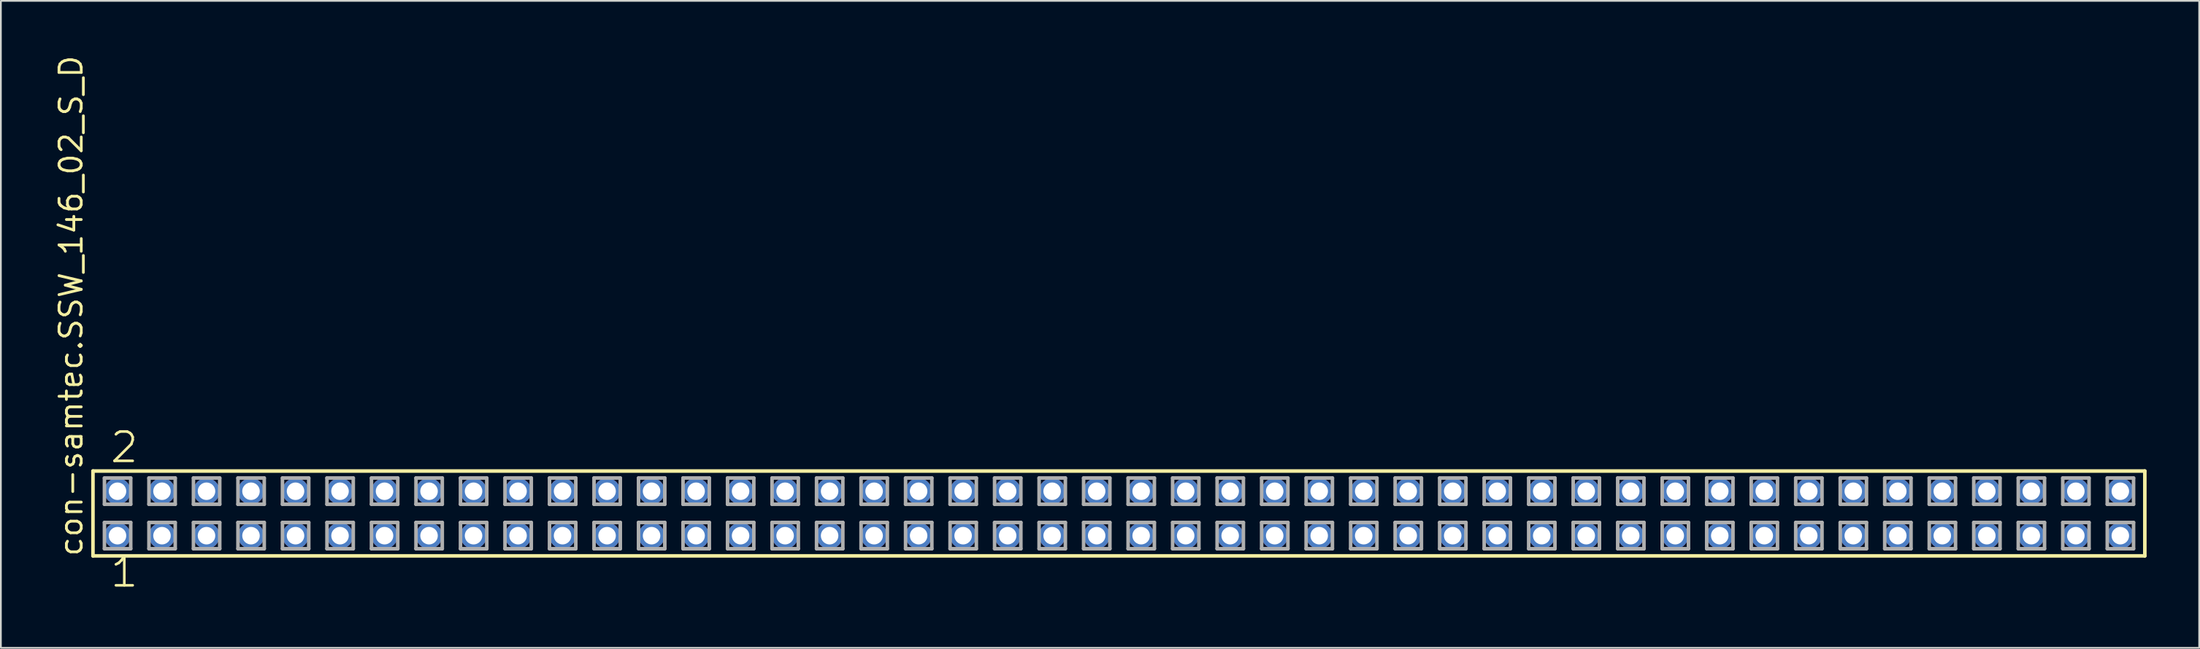
<source format=kicad_pcb>
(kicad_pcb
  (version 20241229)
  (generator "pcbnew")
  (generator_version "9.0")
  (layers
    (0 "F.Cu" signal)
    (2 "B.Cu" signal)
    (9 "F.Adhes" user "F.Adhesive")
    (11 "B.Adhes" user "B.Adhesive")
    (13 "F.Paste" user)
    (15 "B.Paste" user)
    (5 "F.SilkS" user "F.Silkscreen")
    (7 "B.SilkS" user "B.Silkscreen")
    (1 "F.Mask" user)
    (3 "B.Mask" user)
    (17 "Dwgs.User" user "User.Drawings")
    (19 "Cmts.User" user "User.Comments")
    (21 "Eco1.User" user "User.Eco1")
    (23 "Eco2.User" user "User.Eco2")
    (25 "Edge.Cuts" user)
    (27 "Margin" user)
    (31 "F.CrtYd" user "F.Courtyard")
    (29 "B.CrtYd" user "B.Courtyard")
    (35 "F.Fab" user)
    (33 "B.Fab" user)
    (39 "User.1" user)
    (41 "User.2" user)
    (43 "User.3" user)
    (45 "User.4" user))
  (footprint "con-samtec.SSW_146_02_S_D"
    (layer "F.Cu")
    (at 60.805 26.291)
    (property "Reference" "con-samtec.SSW_146_02_S_D" (at -59.055 2.54 90) (layer "F.SilkS") (effects (font (size 1.27 1.27) (thickness 0.16)) (justify left bottom)))
    (attr through_hole)
    (fp_line (start -58.549 -2.425) (end 58.549 -2.425) (stroke (width 0.203) (type default)) (layer "F.SilkS"))
    (fp_line (start -58.549 2.425) (end -58.549 -2.425) (stroke (width 0.203) (type default)) (layer "F.SilkS"))
    (fp_line (start 58.549 -2.425) (end 58.549 2.425) (stroke (width 0.203) (type default)) (layer "F.SilkS"))
    (fp_line (start 58.549 2.425) (end -58.549 2.425) (stroke (width 0.203) (type default)) (layer "F.SilkS"))
    (fp_line (start -57.895 -2.025) (end -56.395 -2.025) (stroke (width 0.203) (type default)) (layer "F.Fab"))
    (fp_line (start -57.895 -0.525) (end -57.895 -2.025) (stroke (width 0.203) (type default)) (layer "F.Fab"))
    (fp_line (start -57.895 0.515) (end -56.395 0.515) (stroke (width 0.203) (type default)) (layer "F.Fab"))
    (fp_line (start -57.895 2.015) (end -57.895 0.515) (stroke (width 0.203) (type default)) (layer "F.Fab"))
    (fp_line (start -56.395 -2.025) (end -56.395 -0.525) (stroke (width 0.203) (type default)) (layer "F.Fab"))
    (fp_line (start -56.395 -0.525) (end -57.895 -0.525) (stroke (width 0.203) (type default)) (layer "F.Fab"))
    (fp_line (start -56.395 0.515) (end -56.395 2.015) (stroke (width 0.203) (type default)) (layer "F.Fab"))
    (fp_line (start -56.395 2.015) (end -57.895 2.015) (stroke (width 0.203) (type default)) (layer "F.Fab"))
    (fp_line (start -55.355 -2.025) (end -53.855 -2.025) (stroke (width 0.203) (type default)) (layer "F.Fab"))
    (fp_line (start -55.355 -0.525) (end -55.355 -2.025) (stroke (width 0.203) (type default)) (layer "F.Fab"))
    (fp_line (start -55.355 0.515) (end -53.855 0.515) (stroke (width 0.203) (type default)) (layer "F.Fab"))
    (fp_line (start -55.355 2.015) (end -55.355 0.515) (stroke (width 0.203) (type default)) (layer "F.Fab"))
    (fp_line (start -53.855 -2.025) (end -53.855 -0.525) (stroke (width 0.203) (type default)) (layer "F.Fab"))
    (fp_line (start -53.855 -0.525) (end -55.355 -0.525) (stroke (width 0.203) (type default)) (layer "F.Fab"))
    (fp_line (start -53.855 0.515) (end -53.855 2.015) (stroke (width 0.203) (type default)) (layer "F.Fab"))
    (fp_line (start -53.855 2.015) (end -55.355 2.015) (stroke (width 0.203) (type default)) (layer "F.Fab"))
    (fp_line (start -52.815 -2.025) (end -51.315 -2.025) (stroke (width 0.203) (type default)) (layer "F.Fab"))
    (fp_line (start -52.815 -0.525) (end -52.815 -2.025) (stroke (width 0.203) (type default)) (layer "F.Fab"))
    (fp_line (start -52.815 0.515) (end -51.315 0.515) (stroke (width 0.203) (type default)) (layer "F.Fab"))
    (fp_line (start -52.815 2.015) (end -52.815 0.515) (stroke (width 0.203) (type default)) (layer "F.Fab"))
    (fp_line (start -51.315 -2.025) (end -51.315 -0.525) (stroke (width 0.203) (type default)) (layer "F.Fab"))
    (fp_line (start -51.315 -0.525) (end -52.815 -0.525) (stroke (width 0.203) (type default)) (layer "F.Fab"))
    (fp_line (start -51.315 0.515) (end -51.315 2.015) (stroke (width 0.203) (type default)) (layer "F.Fab"))
    (fp_line (start -51.315 2.015) (end -52.815 2.015) (stroke (width 0.203) (type default)) (layer "F.Fab"))
    (fp_line (start -50.275 -2.025) (end -48.775 -2.025) (stroke (width 0.203) (type default)) (layer "F.Fab"))
    (fp_line (start -50.275 -0.525) (end -50.275 -2.025) (stroke (width 0.203) (type default)) (layer "F.Fab"))
    (fp_line (start -50.275 0.515) (end -48.775 0.515) (stroke (width 0.203) (type default)) (layer "F.Fab"))
    (fp_line (start -50.275 2.015) (end -50.275 0.515) (stroke (width 0.203) (type default)) (layer "F.Fab"))
    (fp_line (start -48.775 -2.025) (end -48.775 -0.525) (stroke (width 0.203) (type default)) (layer "F.Fab"))
    (fp_line (start -48.775 -0.525) (end -50.275 -0.525) (stroke (width 0.203) (type default)) (layer "F.Fab"))
    (fp_line (start -48.775 0.515) (end -48.775 2.015) (stroke (width 0.203) (type default)) (layer "F.Fab"))
    (fp_line (start -48.775 2.015) (end -50.275 2.015) (stroke (width 0.203) (type default)) (layer "F.Fab"))
    (fp_line (start -47.735 -2.025) (end -46.235 -2.025) (stroke (width 0.203) (type default)) (layer "F.Fab"))
    (fp_line (start -47.735 -0.525) (end -47.735 -2.025) (stroke (width 0.203) (type default)) (layer "F.Fab"))
    (fp_line (start -47.735 0.515) (end -46.235 0.515) (stroke (width 0.203) (type default)) (layer "F.Fab"))
    (fp_line (start -47.735 2.015) (end -47.735 0.515) (stroke (width 0.203) (type default)) (layer "F.Fab"))
    (fp_line (start -46.235 -2.025) (end -46.235 -0.525) (stroke (width 0.203) (type default)) (layer "F.Fab"))
    (fp_line (start -46.235 -0.525) (end -47.735 -0.525) (stroke (width 0.203) (type default)) (layer "F.Fab"))
    (fp_line (start -46.235 0.515) (end -46.235 2.015) (stroke (width 0.203) (type default)) (layer "F.Fab"))
    (fp_line (start -46.235 2.015) (end -47.735 2.015) (stroke (width 0.203) (type default)) (layer "F.Fab"))
    (fp_line (start -45.195 -2.025) (end -43.695 -2.025) (stroke (width 0.203) (type default)) (layer "F.Fab"))
    (fp_line (start -45.195 -0.525) (end -45.195 -2.025) (stroke (width 0.203) (type default)) (layer "F.Fab"))
    (fp_line (start -45.195 0.515) (end -43.695 0.515) (stroke (width 0.203) (type default)) (layer "F.Fab"))
    (fp_line (start -45.195 2.015) (end -45.195 0.515) (stroke (width 0.203) (type default)) (layer "F.Fab"))
    (fp_line (start -43.695 -2.025) (end -43.695 -0.525) (stroke (width 0.203) (type default)) (layer "F.Fab"))
    (fp_line (start -43.695 -0.525) (end -45.195 -0.525) (stroke (width 0.203) (type default)) (layer "F.Fab"))
    (fp_line (start -43.695 0.515) (end -43.695 2.015) (stroke (width 0.203) (type default)) (layer "F.Fab"))
    (fp_line (start -43.695 2.015) (end -45.195 2.015) (stroke (width 0.203) (type default)) (layer "F.Fab"))
    (fp_line (start -42.655 -2.025) (end -41.155 -2.025) (stroke (width 0.203) (type default)) (layer "F.Fab"))
    (fp_line (start -42.655 -0.525) (end -42.655 -2.025) (stroke (width 0.203) (type default)) (layer "F.Fab"))
    (fp_line (start -42.655 0.515) (end -41.155 0.515) (stroke (width 0.203) (type default)) (layer "F.Fab"))
    (fp_line (start -42.655 2.015) (end -42.655 0.515) (stroke (width 0.203) (type default)) (layer "F.Fab"))
    (fp_line (start -41.155 -2.025) (end -41.155 -0.525) (stroke (width 0.203) (type default)) (layer "F.Fab"))
    (fp_line (start -41.155 -0.525) (end -42.655 -0.525) (stroke (width 0.203) (type default)) (layer "F.Fab"))
    (fp_line (start -41.155 0.515) (end -41.155 2.015) (stroke (width 0.203) (type default)) (layer "F.Fab"))
    (fp_line (start -41.155 2.015) (end -42.655 2.015) (stroke (width 0.203) (type default)) (layer "F.Fab"))
    (fp_line (start -40.115 -2.025) (end -38.615 -2.025) (stroke (width 0.203) (type default)) (layer "F.Fab"))
    (fp_line (start -40.115 -0.525) (end -40.115 -2.025) (stroke (width 0.203) (type default)) (layer "F.Fab"))
    (fp_line (start -40.115 0.515) (end -38.615 0.515) (stroke (width 0.203) (type default)) (layer "F.Fab"))
    (fp_line (start -40.115 2.015) (end -40.115 0.515) (stroke (width 0.203) (type default)) (layer "F.Fab"))
    (fp_line (start -38.615 -2.025) (end -38.615 -0.525) (stroke (width 0.203) (type default)) (layer "F.Fab"))
    (fp_line (start -38.615 -0.525) (end -40.115 -0.525) (stroke (width 0.203) (type default)) (layer "F.Fab"))
    (fp_line (start -38.615 0.515) (end -38.615 2.015) (stroke (width 0.203) (type default)) (layer "F.Fab"))
    (fp_line (start -38.615 2.015) (end -40.115 2.015) (stroke (width 0.203) (type default)) (layer "F.Fab"))
    (fp_line (start -37.575 -2.025) (end -36.075 -2.025) (stroke (width 0.203) (type default)) (layer "F.Fab"))
    (fp_line (start -37.575 -0.525) (end -37.575 -2.025) (stroke (width 0.203) (type default)) (layer "F.Fab"))
    (fp_line (start -37.575 0.515) (end -36.075 0.515) (stroke (width 0.203) (type default)) (layer "F.Fab"))
    (fp_line (start -37.575 2.015) (end -37.575 0.515) (stroke (width 0.203) (type default)) (layer "F.Fab"))
    (fp_line (start -36.075 -2.025) (end -36.075 -0.525) (stroke (width 0.203) (type default)) (layer "F.Fab"))
    (fp_line (start -36.075 -0.525) (end -37.575 -0.525) (stroke (width 0.203) (type default)) (layer "F.Fab"))
    (fp_line (start -36.075 0.515) (end -36.075 2.015) (stroke (width 0.203) (type default)) (layer "F.Fab"))
    (fp_line (start -36.075 2.015) (end -37.575 2.015) (stroke (width 0.203) (type default)) (layer "F.Fab"))
    (fp_line (start -35.035 -2.025) (end -33.535 -2.025) (stroke (width 0.203) (type default)) (layer "F.Fab"))
    (fp_line (start -35.035 -0.525) (end -35.035 -2.025) (stroke (width 0.203) (type default)) (layer "F.Fab"))
    (fp_line (start -35.035 0.515) (end -33.535 0.515) (stroke (width 0.203) (type default)) (layer "F.Fab"))
    (fp_line (start -35.035 2.015) (end -35.035 0.515) (stroke (width 0.203) (type default)) (layer "F.Fab"))
    (fp_line (start -33.535 -2.025) (end -33.535 -0.525) (stroke (width 0.203) (type default)) (layer "F.Fab"))
    (fp_line (start -33.535 -0.525) (end -35.035 -0.525) (stroke (width 0.203) (type default)) (layer "F.Fab"))
    (fp_line (start -33.535 0.515) (end -33.535 2.015) (stroke (width 0.203) (type default)) (layer "F.Fab"))
    (fp_line (start -33.535 2.015) (end -35.035 2.015) (stroke (width 0.203) (type default)) (layer "F.Fab"))
    (fp_line (start -32.495 -2.025) (end -30.995 -2.025) (stroke (width 0.203) (type default)) (layer "F.Fab"))
    (fp_line (start -32.495 -0.525) (end -32.495 -2.025) (stroke (width 0.203) (type default)) (layer "F.Fab"))
    (fp_line (start -32.495 0.515) (end -30.995 0.515) (stroke (width 0.203) (type default)) (layer "F.Fab"))
    (fp_line (start -32.495 2.015) (end -32.495 0.515) (stroke (width 0.203) (type default)) (layer "F.Fab"))
    (fp_line (start -30.995 -2.025) (end -30.995 -0.525) (stroke (width 0.203) (type default)) (layer "F.Fab"))
    (fp_line (start -30.995 -0.525) (end -32.495 -0.525) (stroke (width 0.203) (type default)) (layer "F.Fab"))
    (fp_line (start -30.995 0.515) (end -30.995 2.015) (stroke (width 0.203) (type default)) (layer "F.Fab"))
    (fp_line (start -30.995 2.015) (end -32.495 2.015) (stroke (width 0.203) (type default)) (layer "F.Fab"))
    (fp_line (start -29.955 -2.025) (end -28.455 -2.025) (stroke (width 0.203) (type default)) (layer "F.Fab"))
    (fp_line (start -29.955 -0.525) (end -29.955 -2.025) (stroke (width 0.203) (type default)) (layer "F.Fab"))
    (fp_line (start -29.955 0.515) (end -28.455 0.515) (stroke (width 0.203) (type default)) (layer "F.Fab"))
    (fp_line (start -29.955 2.015) (end -29.955 0.515) (stroke (width 0.203) (type default)) (layer "F.Fab"))
    (fp_line (start -28.455 -2.025) (end -28.455 -0.525) (stroke (width 0.203) (type default)) (layer "F.Fab"))
    (fp_line (start -28.455 -0.525) (end -29.955 -0.525) (stroke (width 0.203) (type default)) (layer "F.Fab"))
    (fp_line (start -28.455 0.515) (end -28.455 2.015) (stroke (width 0.203) (type default)) (layer "F.Fab"))
    (fp_line (start -28.455 2.015) (end -29.955 2.015) (stroke (width 0.203) (type default)) (layer "F.Fab"))
    (fp_line (start -27.415 -2.025) (end -25.915 -2.025) (stroke (width 0.203) (type default)) (layer "F.Fab"))
    (fp_line (start -27.415 -0.525) (end -27.415 -2.025) (stroke (width 0.203) (type default)) (layer "F.Fab"))
    (fp_line (start -27.415 0.515) (end -25.915 0.515) (stroke (width 0.203) (type default)) (layer "F.Fab"))
    (fp_line (start -27.415 2.015) (end -27.415 0.515) (stroke (width 0.203) (type default)) (layer "F.Fab"))
    (fp_line (start -25.915 -2.025) (end -25.915 -0.525) (stroke (width 0.203) (type default)) (layer "F.Fab"))
    (fp_line (start -25.915 -0.525) (end -27.415 -0.525) (stroke (width 0.203) (type default)) (layer "F.Fab"))
    (fp_line (start -25.915 0.515) (end -25.915 2.015) (stroke (width 0.203) (type default)) (layer "F.Fab"))
    (fp_line (start -25.915 2.015) (end -27.415 2.015) (stroke (width 0.203) (type default)) (layer "F.Fab"))
    (fp_line (start -24.875 -2.025) (end -23.375 -2.025) (stroke (width 0.203) (type default)) (layer "F.Fab"))
    (fp_line (start -24.875 -0.525) (end -24.875 -2.025) (stroke (width 0.203) (type default)) (layer "F.Fab"))
    (fp_line (start -24.875 0.515) (end -23.375 0.515) (stroke (width 0.203) (type default)) (layer "F.Fab"))
    (fp_line (start -24.875 2.015) (end -24.875 0.515) (stroke (width 0.203) (type default)) (layer "F.Fab"))
    (fp_line (start -23.375 -2.025) (end -23.375 -0.525) (stroke (width 0.203) (type default)) (layer "F.Fab"))
    (fp_line (start -23.375 -0.525) (end -24.875 -0.525) (stroke (width 0.203) (type default)) (layer "F.Fab"))
    (fp_line (start -23.375 0.515) (end -23.375 2.015) (stroke (width 0.203) (type default)) (layer "F.Fab"))
    (fp_line (start -23.375 2.015) (end -24.875 2.015) (stroke (width 0.203) (type default)) (layer "F.Fab"))
    (fp_line (start -22.335 -2.025) (end -20.835 -2.025) (stroke (width 0.203) (type default)) (layer "F.Fab"))
    (fp_line (start -22.335 -0.525) (end -22.335 -2.025) (stroke (width 0.203) (type default)) (layer "F.Fab"))
    (fp_line (start -22.335 0.515) (end -20.835 0.515) (stroke (width 0.203) (type default)) (layer "F.Fab"))
    (fp_line (start -22.335 2.015) (end -22.335 0.515) (stroke (width 0.203) (type default)) (layer "F.Fab"))
    (fp_line (start -20.835 -2.025) (end -20.835 -0.525) (stroke (width 0.203) (type default)) (layer "F.Fab"))
    (fp_line (start -20.835 -0.525) (end -22.335 -0.525) (stroke (width 0.203) (type default)) (layer "F.Fab"))
    (fp_line (start -20.835 0.515) (end -20.835 2.015) (stroke (width 0.203) (type default)) (layer "F.Fab"))
    (fp_line (start -20.835 2.015) (end -22.335 2.015) (stroke (width 0.203) (type default)) (layer "F.Fab"))
    (fp_line (start -19.795 -2.025) (end -18.295 -2.025) (stroke (width 0.203) (type default)) (layer "F.Fab"))
    (fp_line (start -19.795 -0.525) (end -19.795 -2.025) (stroke (width 0.203) (type default)) (layer "F.Fab"))
    (fp_line (start -19.795 0.515) (end -18.295 0.515) (stroke (width 0.203) (type default)) (layer "F.Fab"))
    (fp_line (start -19.795 2.015) (end -19.795 0.515) (stroke (width 0.203) (type default)) (layer "F.Fab"))
    (fp_line (start -18.295 -2.025) (end -18.295 -0.525) (stroke (width 0.203) (type default)) (layer "F.Fab"))
    (fp_line (start -18.295 -0.525) (end -19.795 -0.525) (stroke (width 0.203) (type default)) (layer "F.Fab"))
    (fp_line (start -18.295 0.515) (end -18.295 2.015) (stroke (width 0.203) (type default)) (layer "F.Fab"))
    (fp_line (start -18.295 2.015) (end -19.795 2.015) (stroke (width 0.203) (type default)) (layer "F.Fab"))
    (fp_line (start -17.255 -2.025) (end -15.755 -2.025) (stroke (width 0.203) (type default)) (layer "F.Fab"))
    (fp_line (start -17.255 -0.525) (end -17.255 -2.025) (stroke (width 0.203) (type default)) (layer "F.Fab"))
    (fp_line (start -17.255 0.515) (end -15.755 0.515) (stroke (width 0.203) (type default)) (layer "F.Fab"))
    (fp_line (start -17.255 2.015) (end -17.255 0.515) (stroke (width 0.203) (type default)) (layer "F.Fab"))
    (fp_line (start -15.755 -2.025) (end -15.755 -0.525) (stroke (width 0.203) (type default)) (layer "F.Fab"))
    (fp_line (start -15.755 -0.525) (end -17.255 -0.525) (stroke (width 0.203) (type default)) (layer "F.Fab"))
    (fp_line (start -15.755 0.515) (end -15.755 2.015) (stroke (width 0.203) (type default)) (layer "F.Fab"))
    (fp_line (start -15.755 2.015) (end -17.255 2.015) (stroke (width 0.203) (type default)) (layer "F.Fab"))
    (fp_line (start -14.715 -2.025) (end -13.215 -2.025) (stroke (width 0.203) (type default)) (layer "F.Fab"))
    (fp_line (start -14.715 -0.525) (end -14.715 -2.025) (stroke (width 0.203) (type default)) (layer "F.Fab"))
    (fp_line (start -14.715 0.515) (end -13.215 0.515) (stroke (width 0.203) (type default)) (layer "F.Fab"))
    (fp_line (start -14.715 2.015) (end -14.715 0.515) (stroke (width 0.203) (type default)) (layer "F.Fab"))
    (fp_line (start -13.215 -2.025) (end -13.215 -0.525) (stroke (width 0.203) (type default)) (layer "F.Fab"))
    (fp_line (start -13.215 -0.525) (end -14.715 -0.525) (stroke (width 0.203) (type default)) (layer "F.Fab"))
    (fp_line (start -13.215 0.515) (end -13.215 2.015) (stroke (width 0.203) (type default)) (layer "F.Fab"))
    (fp_line (start -13.215 2.015) (end -14.715 2.015) (stroke (width 0.203) (type default)) (layer "F.Fab"))
    (fp_line (start -12.175 -2.025) (end -10.675 -2.025) (stroke (width 0.203) (type default)) (layer "F.Fab"))
    (fp_line (start -12.175 -0.525) (end -12.175 -2.025) (stroke (width 0.203) (type default)) (layer "F.Fab"))
    (fp_line (start -12.175 0.515) (end -10.675 0.515) (stroke (width 0.203) (type default)) (layer "F.Fab"))
    (fp_line (start -12.175 2.015) (end -12.175 0.515) (stroke (width 0.203) (type default)) (layer "F.Fab"))
    (fp_line (start -10.675 -2.025) (end -10.675 -0.525) (stroke (width 0.203) (type default)) (layer "F.Fab"))
    (fp_line (start -10.675 -0.525) (end -12.175 -0.525) (stroke (width 0.203) (type default)) (layer "F.Fab"))
    (fp_line (start -10.675 0.515) (end -10.675 2.015) (stroke (width 0.203) (type default)) (layer "F.Fab"))
    (fp_line (start -10.675 2.015) (end -12.175 2.015) (stroke (width 0.203) (type default)) (layer "F.Fab"))
    (fp_line (start -9.635 -2.025) (end -8.135 -2.025) (stroke (width 0.203) (type default)) (layer "F.Fab"))
    (fp_line (start -9.635 -0.525) (end -9.635 -2.025) (stroke (width 0.203) (type default)) (layer "F.Fab"))
    (fp_line (start -9.635 0.515) (end -8.135 0.515) (stroke (width 0.203) (type default)) (layer "F.Fab"))
    (fp_line (start -9.635 2.015) (end -9.635 0.515) (stroke (width 0.203) (type default)) (layer "F.Fab"))
    (fp_line (start -8.135 -2.025) (end -8.135 -0.525) (stroke (width 0.203) (type default)) (layer "F.Fab"))
    (fp_line (start -8.135 -0.525) (end -9.635 -0.525) (stroke (width 0.203) (type default)) (layer "F.Fab"))
    (fp_line (start -8.135 0.515) (end -8.135 2.015) (stroke (width 0.203) (type default)) (layer "F.Fab"))
    (fp_line (start -8.135 2.015) (end -9.635 2.015) (stroke (width 0.203) (type default)) (layer "F.Fab"))
    (fp_line (start -7.095 -2.025) (end -5.595 -2.025) (stroke (width 0.203) (type default)) (layer "F.Fab"))
    (fp_line (start -7.095 -0.525) (end -7.095 -2.025) (stroke (width 0.203) (type default)) (layer "F.Fab"))
    (fp_line (start -7.095 0.515) (end -5.595 0.515) (stroke (width 0.203) (type default)) (layer "F.Fab"))
    (fp_line (start -7.095 2.015) (end -7.095 0.515) (stroke (width 0.203) (type default)) (layer "F.Fab"))
    (fp_line (start -5.595 -2.025) (end -5.595 -0.525) (stroke (width 0.203) (type default)) (layer "F.Fab"))
    (fp_line (start -5.595 -0.525) (end -7.095 -0.525) (stroke (width 0.203) (type default)) (layer "F.Fab"))
    (fp_line (start -5.595 0.515) (end -5.595 2.015) (stroke (width 0.203) (type default)) (layer "F.Fab"))
    (fp_line (start -5.595 2.015) (end -7.095 2.015) (stroke (width 0.203) (type default)) (layer "F.Fab"))
    (fp_line (start -4.555 -2.025) (end -3.055 -2.025) (stroke (width 0.203) (type default)) (layer "F.Fab"))
    (fp_line (start -4.555 -0.525) (end -4.555 -2.025) (stroke (width 0.203) (type default)) (layer "F.Fab"))
    (fp_line (start -4.555 0.515) (end -3.055 0.515) (stroke (width 0.203) (type default)) (layer "F.Fab"))
    (fp_line (start -4.555 2.015) (end -4.555 0.515) (stroke (width 0.203) (type default)) (layer "F.Fab"))
    (fp_line (start -3.055 -2.025) (end -3.055 -0.525) (stroke (width 0.203) (type default)) (layer "F.Fab"))
    (fp_line (start -3.055 -0.525) (end -4.555 -0.525) (stroke (width 0.203) (type default)) (layer "F.Fab"))
    (fp_line (start -3.055 0.515) (end -3.055 2.015) (stroke (width 0.203) (type default)) (layer "F.Fab"))
    (fp_line (start -3.055 2.015) (end -4.555 2.015) (stroke (width 0.203) (type default)) (layer "F.Fab"))
    (fp_line (start -2.015 -2.025) (end -0.515 -2.025) (stroke (width 0.203) (type default)) (layer "F.Fab"))
    (fp_line (start -2.015 -0.525) (end -2.015 -2.025) (stroke (width 0.203) (type default)) (layer "F.Fab"))
    (fp_line (start -2.015 0.515) (end -0.515 0.515) (stroke (width 0.203) (type default)) (layer "F.Fab"))
    (fp_line (start -2.015 2.015) (end -2.015 0.515) (stroke (width 0.203) (type default)) (layer "F.Fab"))
    (fp_line (start -0.515 -2.025) (end -0.515 -0.525) (stroke (width 0.203) (type default)) (layer "F.Fab"))
    (fp_line (start -0.515 -0.525) (end -2.015 -0.525) (stroke (width 0.203) (type default)) (layer "F.Fab"))
    (fp_line (start -0.515 0.515) (end -0.515 2.015) (stroke (width 0.203) (type default)) (layer "F.Fab"))
    (fp_line (start -0.515 2.015) (end -2.015 2.015) (stroke (width 0.203) (type default)) (layer "F.Fab"))
    (fp_line (start 0.525 -2.025) (end 2.025 -2.025) (stroke (width 0.203) (type default)) (layer "F.Fab"))
    (fp_line (start 0.525 -0.525) (end 0.525 -2.025) (stroke (width 0.203) (type default)) (layer "F.Fab"))
    (fp_line (start 0.525 0.515) (end 2.025 0.515) (stroke (width 0.203) (type default)) (layer "F.Fab"))
    (fp_line (start 0.525 2.015) (end 0.525 0.515) (stroke (width 0.203) (type default)) (layer "F.Fab"))
    (fp_line (start 2.025 -2.025) (end 2.025 -0.525) (stroke (width 0.203) (type default)) (layer "F.Fab"))
    (fp_line (start 2.025 -0.525) (end 0.525 -0.525) (stroke (width 0.203) (type default)) (layer "F.Fab"))
    (fp_line (start 2.025 0.515) (end 2.025 2.015) (stroke (width 0.203) (type default)) (layer "F.Fab"))
    (fp_line (start 2.025 2.015) (end 0.525 2.015) (stroke (width 0.203) (type default)) (layer "F.Fab"))
    (fp_line (start 3.065 -2.025) (end 4.565 -2.025) (stroke (width 0.203) (type default)) (layer "F.Fab"))
    (fp_line (start 3.065 -0.525) (end 3.065 -2.025) (stroke (width 0.203) (type default)) (layer "F.Fab"))
    (fp_line (start 3.065 0.515) (end 4.565 0.515) (stroke (width 0.203) (type default)) (layer "F.Fab"))
    (fp_line (start 3.065 2.015) (end 3.065 0.515) (stroke (width 0.203) (type default)) (layer "F.Fab"))
    (fp_line (start 4.565 -2.025) (end 4.565 -0.525) (stroke (width 0.203) (type default)) (layer "F.Fab"))
    (fp_line (start 4.565 -0.525) (end 3.065 -0.525) (stroke (width 0.203) (type default)) (layer "F.Fab"))
    (fp_line (start 4.565 0.515) (end 4.565 2.015) (stroke (width 0.203) (type default)) (layer "F.Fab"))
    (fp_line (start 4.565 2.015) (end 3.065 2.015) (stroke (width 0.203) (type default)) (layer "F.Fab"))
    (fp_line (start 5.605 -2.025) (end 7.105 -2.025) (stroke (width 0.203) (type default)) (layer "F.Fab"))
    (fp_line (start 5.605 -0.525) (end 5.605 -2.025) (stroke (width 0.203) (type default)) (layer "F.Fab"))
    (fp_line (start 5.605 0.515) (end 7.105 0.515) (stroke (width 0.203) (type default)) (layer "F.Fab"))
    (fp_line (start 5.605 2.015) (end 5.605 0.515) (stroke (width 0.203) (type default)) (layer "F.Fab"))
    (fp_line (start 7.105 -2.025) (end 7.105 -0.525) (stroke (width 0.203) (type default)) (layer "F.Fab"))
    (fp_line (start 7.105 -0.525) (end 5.605 -0.525) (stroke (width 0.203) (type default)) (layer "F.Fab"))
    (fp_line (start 7.105 0.515) (end 7.105 2.015) (stroke (width 0.203) (type default)) (layer "F.Fab"))
    (fp_line (start 7.105 2.015) (end 5.605 2.015) (stroke (width 0.203) (type default)) (layer "F.Fab"))
    (fp_line (start 8.145 -2.025) (end 9.645 -2.025) (stroke (width 0.203) (type default)) (layer "F.Fab"))
    (fp_line (start 8.145 -0.525) (end 8.145 -2.025) (stroke (width 0.203) (type default)) (layer "F.Fab"))
    (fp_line (start 8.145 0.515) (end 9.645 0.515) (stroke (width 0.203) (type default)) (layer "F.Fab"))
    (fp_line (start 8.145 2.015) (end 8.145 0.515) (stroke (width 0.203) (type default)) (layer "F.Fab"))
    (fp_line (start 9.645 -2.025) (end 9.645 -0.525) (stroke (width 0.203) (type default)) (layer "F.Fab"))
    (fp_line (start 9.645 -0.525) (end 8.145 -0.525) (stroke (width 0.203) (type default)) (layer "F.Fab"))
    (fp_line (start 9.645 0.515) (end 9.645 2.015) (stroke (width 0.203) (type default)) (layer "F.Fab"))
    (fp_line (start 9.645 2.015) (end 8.145 2.015) (stroke (width 0.203) (type default)) (layer "F.Fab"))
    (fp_line (start 10.685 -2.025) (end 12.185 -2.025) (stroke (width 0.203) (type default)) (layer "F.Fab"))
    (fp_line (start 10.685 -0.525) (end 10.685 -2.025) (stroke (width 0.203) (type default)) (layer "F.Fab"))
    (fp_line (start 10.685 0.515) (end 12.185 0.515) (stroke (width 0.203) (type default)) (layer "F.Fab"))
    (fp_line (start 10.685 2.015) (end 10.685 0.515) (stroke (width 0.203) (type default)) (layer "F.Fab"))
    (fp_line (start 12.185 -2.025) (end 12.185 -0.525) (stroke (width 0.203) (type default)) (layer "F.Fab"))
    (fp_line (start 12.185 -0.525) (end 10.685 -0.525) (stroke (width 0.203) (type default)) (layer "F.Fab"))
    (fp_line (start 12.185 0.515) (end 12.185 2.015) (stroke (width 0.203) (type default)) (layer "F.Fab"))
    (fp_line (start 12.185 2.015) (end 10.685 2.015) (stroke (width 0.203) (type default)) (layer "F.Fab"))
    (fp_line (start 13.225 -2.025) (end 14.725 -2.025) (stroke (width 0.203) (type default)) (layer "F.Fab"))
    (fp_line (start 13.225 -0.525) (end 13.225 -2.025) (stroke (width 0.203) (type default)) (layer "F.Fab"))
    (fp_line (start 13.225 0.515) (end 14.725 0.515) (stroke (width 0.203) (type default)) (layer "F.Fab"))
    (fp_line (start 13.225 2.015) (end 13.225 0.515) (stroke (width 0.203) (type default)) (layer "F.Fab"))
    (fp_line (start 14.725 -2.025) (end 14.725 -0.525) (stroke (width 0.203) (type default)) (layer "F.Fab"))
    (fp_line (start 14.725 -0.525) (end 13.225 -0.525) (stroke (width 0.203) (type default)) (layer "F.Fab"))
    (fp_line (start 14.725 0.515) (end 14.725 2.015) (stroke (width 0.203) (type default)) (layer "F.Fab"))
    (fp_line (start 14.725 2.015) (end 13.225 2.015) (stroke (width 0.203) (type default)) (layer "F.Fab"))
    (fp_line (start 15.765 -2.025) (end 17.265 -2.025) (stroke (width 0.203) (type default)) (layer "F.Fab"))
    (fp_line (start 15.765 -0.525) (end 15.765 -2.025) (stroke (width 0.203) (type default)) (layer "F.Fab"))
    (fp_line (start 15.765 0.515) (end 17.265 0.515) (stroke (width 0.203) (type default)) (layer "F.Fab"))
    (fp_line (start 15.765 2.015) (end 15.765 0.515) (stroke (width 0.203) (type default)) (layer "F.Fab"))
    (fp_line (start 17.265 -2.025) (end 17.265 -0.525) (stroke (width 0.203) (type default)) (layer "F.Fab"))
    (fp_line (start 17.265 -0.525) (end 15.765 -0.525) (stroke (width 0.203) (type default)) (layer "F.Fab"))
    (fp_line (start 17.265 0.515) (end 17.265 2.015) (stroke (width 0.203) (type default)) (layer "F.Fab"))
    (fp_line (start 17.265 2.015) (end 15.765 2.015) (stroke (width 0.203) (type default)) (layer "F.Fab"))
    (fp_line (start 18.305 -2.025) (end 19.805 -2.025) (stroke (width 0.203) (type default)) (layer "F.Fab"))
    (fp_line (start 18.305 -0.525) (end 18.305 -2.025) (stroke (width 0.203) (type default)) (layer "F.Fab"))
    (fp_line (start 18.305 0.515) (end 19.805 0.515) (stroke (width 0.203) (type default)) (layer "F.Fab"))
    (fp_line (start 18.305 2.015) (end 18.305 0.515) (stroke (width 0.203) (type default)) (layer "F.Fab"))
    (fp_line (start 19.805 -2.025) (end 19.805 -0.525) (stroke (width 0.203) (type default)) (layer "F.Fab"))
    (fp_line (start 19.805 -0.525) (end 18.305 -0.525) (stroke (width 0.203) (type default)) (layer "F.Fab"))
    (fp_line (start 19.805 0.515) (end 19.805 2.015) (stroke (width 0.203) (type default)) (layer "F.Fab"))
    (fp_line (start 19.805 2.015) (end 18.305 2.015) (stroke (width 0.203) (type default)) (layer "F.Fab"))
    (fp_line (start 20.845 -2.025) (end 22.345 -2.025) (stroke (width 0.203) (type default)) (layer "F.Fab"))
    (fp_line (start 20.845 -0.525) (end 20.845 -2.025) (stroke (width 0.203) (type default)) (layer "F.Fab"))
    (fp_line (start 20.845 0.515) (end 22.345 0.515) (stroke (width 0.203) (type default)) (layer "F.Fab"))
    (fp_line (start 20.845 2.015) (end 20.845 0.515) (stroke (width 0.203) (type default)) (layer "F.Fab"))
    (fp_line (start 22.345 -2.025) (end 22.345 -0.525) (stroke (width 0.203) (type default)) (layer "F.Fab"))
    (fp_line (start 22.345 -0.525) (end 20.845 -0.525) (stroke (width 0.203) (type default)) (layer "F.Fab"))
    (fp_line (start 22.345 0.515) (end 22.345 2.015) (stroke (width 0.203) (type default)) (layer "F.Fab"))
    (fp_line (start 22.345 2.015) (end 20.845 2.015) (stroke (width 0.203) (type default)) (layer "F.Fab"))
    (fp_line (start 23.385 -2.025) (end 24.885 -2.025) (stroke (width 0.203) (type default)) (layer "F.Fab"))
    (fp_line (start 23.385 -0.525) (end 23.385 -2.025) (stroke (width 0.203) (type default)) (layer "F.Fab"))
    (fp_line (start 23.385 0.515) (end 24.885 0.515) (stroke (width 0.203) (type default)) (layer "F.Fab"))
    (fp_line (start 23.385 2.015) (end 23.385 0.515) (stroke (width 0.203) (type default)) (layer "F.Fab"))
    (fp_line (start 24.885 -2.025) (end 24.885 -0.525) (stroke (width 0.203) (type default)) (layer "F.Fab"))
    (fp_line (start 24.885 -0.525) (end 23.385 -0.525) (stroke (width 0.203) (type default)) (layer "F.Fab"))
    (fp_line (start 24.885 0.515) (end 24.885 2.015) (stroke (width 0.203) (type default)) (layer "F.Fab"))
    (fp_line (start 24.885 2.015) (end 23.385 2.015) (stroke (width 0.203) (type default)) (layer "F.Fab"))
    (fp_line (start 25.925 -2.025) (end 27.425 -2.025) (stroke (width 0.203) (type default)) (layer "F.Fab"))
    (fp_line (start 25.925 -0.525) (end 25.925 -2.025) (stroke (width 0.203) (type default)) (layer "F.Fab"))
    (fp_line (start 25.925 0.515) (end 27.425 0.515) (stroke (width 0.203) (type default)) (layer "F.Fab"))
    (fp_line (start 25.925 2.015) (end 25.925 0.515) (stroke (width 0.203) (type default)) (layer "F.Fab"))
    (fp_line (start 27.425 -2.025) (end 27.425 -0.525) (stroke (width 0.203) (type default)) (layer "F.Fab"))
    (fp_line (start 27.425 -0.525) (end 25.925 -0.525) (stroke (width 0.203) (type default)) (layer "F.Fab"))
    (fp_line (start 27.425 0.515) (end 27.425 2.015) (stroke (width 0.203) (type default)) (layer "F.Fab"))
    (fp_line (start 27.425 2.015) (end 25.925 2.015) (stroke (width 0.203) (type default)) (layer "F.Fab"))
    (fp_line (start 28.465 -2.025) (end 29.965 -2.025) (stroke (width 0.203) (type default)) (layer "F.Fab"))
    (fp_line (start 28.465 -0.525) (end 28.465 -2.025) (stroke (width 0.203) (type default)) (layer "F.Fab"))
    (fp_line (start 28.465 0.515) (end 29.965 0.515) (stroke (width 0.203) (type default)) (layer "F.Fab"))
    (fp_line (start 28.465 2.015) (end 28.465 0.515) (stroke (width 0.203) (type default)) (layer "F.Fab"))
    (fp_line (start 29.965 -2.025) (end 29.965 -0.525) (stroke (width 0.203) (type default)) (layer "F.Fab"))
    (fp_line (start 29.965 -0.525) (end 28.465 -0.525) (stroke (width 0.203) (type default)) (layer "F.Fab"))
    (fp_line (start 29.965 0.515) (end 29.965 2.015) (stroke (width 0.203) (type default)) (layer "F.Fab"))
    (fp_line (start 29.965 2.015) (end 28.465 2.015) (stroke (width 0.203) (type default)) (layer "F.Fab"))
    (fp_line (start 31.005 -2.025) (end 32.505 -2.025) (stroke (width 0.203) (type default)) (layer "F.Fab"))
    (fp_line (start 31.005 -0.525) (end 31.005 -2.025) (stroke (width 0.203) (type default)) (layer "F.Fab"))
    (fp_line (start 31.005 0.515) (end 32.505 0.515) (stroke (width 0.203) (type default)) (layer "F.Fab"))
    (fp_line (start 31.005 2.015) (end 31.005 0.515) (stroke (width 0.203) (type default)) (layer "F.Fab"))
    (fp_line (start 32.505 -2.025) (end 32.505 -0.525) (stroke (width 0.203) (type default)) (layer "F.Fab"))
    (fp_line (start 32.505 -0.525) (end 31.005 -0.525) (stroke (width 0.203) (type default)) (layer "F.Fab"))
    (fp_line (start 32.505 0.515) (end 32.505 2.015) (stroke (width 0.203) (type default)) (layer "F.Fab"))
    (fp_line (start 32.505 2.015) (end 31.005 2.015) (stroke (width 0.203) (type default)) (layer "F.Fab"))
    (fp_line (start 33.545 -2.025) (end 35.045 -2.025) (stroke (width 0.203) (type default)) (layer "F.Fab"))
    (fp_line (start 33.545 -0.525) (end 33.545 -2.025) (stroke (width 0.203) (type default)) (layer "F.Fab"))
    (fp_line (start 33.545 0.515) (end 35.045 0.515) (stroke (width 0.203) (type default)) (layer "F.Fab"))
    (fp_line (start 33.545 2.015) (end 33.545 0.515) (stroke (width 0.203) (type default)) (layer "F.Fab"))
    (fp_line (start 35.045 -2.025) (end 35.045 -0.525) (stroke (width 0.203) (type default)) (layer "F.Fab"))
    (fp_line (start 35.045 -0.525) (end 33.545 -0.525) (stroke (width 0.203) (type default)) (layer "F.Fab"))
    (fp_line (start 35.045 0.515) (end 35.045 2.015) (stroke (width 0.203) (type default)) (layer "F.Fab"))
    (fp_line (start 35.045 2.015) (end 33.545 2.015) (stroke (width 0.203) (type default)) (layer "F.Fab"))
    (fp_line (start 36.085 -2.025) (end 37.585 -2.025) (stroke (width 0.203) (type default)) (layer "F.Fab"))
    (fp_line (start 36.085 -0.525) (end 36.085 -2.025) (stroke (width 0.203) (type default)) (layer "F.Fab"))
    (fp_line (start 36.085 0.515) (end 37.585 0.515) (stroke (width 0.203) (type default)) (layer "F.Fab"))
    (fp_line (start 36.085 2.015) (end 36.085 0.515) (stroke (width 0.203) (type default)) (layer "F.Fab"))
    (fp_line (start 37.585 -2.025) (end 37.585 -0.525) (stroke (width 0.203) (type default)) (layer "F.Fab"))
    (fp_line (start 37.585 -0.525) (end 36.085 -0.525) (stroke (width 0.203) (type default)) (layer "F.Fab"))
    (fp_line (start 37.585 0.515) (end 37.585 2.015) (stroke (width 0.203) (type default)) (layer "F.Fab"))
    (fp_line (start 37.585 2.015) (end 36.085 2.015) (stroke (width 0.203) (type default)) (layer "F.Fab"))
    (fp_line (start 38.625 -2.025) (end 40.125 -2.025) (stroke (width 0.203) (type default)) (layer "F.Fab"))
    (fp_line (start 38.625 -0.525) (end 38.625 -2.025) (stroke (width 0.203) (type default)) (layer "F.Fab"))
    (fp_line (start 38.625 0.515) (end 40.125 0.515) (stroke (width 0.203) (type default)) (layer "F.Fab"))
    (fp_line (start 38.625 2.015) (end 38.625 0.515) (stroke (width 0.203) (type default)) (layer "F.Fab"))
    (fp_line (start 40.125 -2.025) (end 40.125 -0.525) (stroke (width 0.203) (type default)) (layer "F.Fab"))
    (fp_line (start 40.125 -0.525) (end 38.625 -0.525) (stroke (width 0.203) (type default)) (layer "F.Fab"))
    (fp_line (start 40.125 0.515) (end 40.125 2.015) (stroke (width 0.203) (type default)) (layer "F.Fab"))
    (fp_line (start 40.125 2.015) (end 38.625 2.015) (stroke (width 0.203) (type default)) (layer "F.Fab"))
    (fp_line (start 41.165 -2.025) (end 42.665 -2.025) (stroke (width 0.203) (type default)) (layer "F.Fab"))
    (fp_line (start 41.165 -0.525) (end 41.165 -2.025) (stroke (width 0.203) (type default)) (layer "F.Fab"))
    (fp_line (start 41.165 0.515) (end 42.665 0.515) (stroke (width 0.203) (type default)) (layer "F.Fab"))
    (fp_line (start 41.165 2.015) (end 41.165 0.515) (stroke (width 0.203) (type default)) (layer "F.Fab"))
    (fp_line (start 42.665 -2.025) (end 42.665 -0.525) (stroke (width 0.203) (type default)) (layer "F.Fab"))
    (fp_line (start 42.665 -0.525) (end 41.165 -0.525) (stroke (width 0.203) (type default)) (layer "F.Fab"))
    (fp_line (start 42.665 0.515) (end 42.665 2.015) (stroke (width 0.203) (type default)) (layer "F.Fab"))
    (fp_line (start 42.665 2.015) (end 41.165 2.015) (stroke (width 0.203) (type default)) (layer "F.Fab"))
    (fp_line (start 43.705 -2.025) (end 45.205 -2.025) (stroke (width 0.203) (type default)) (layer "F.Fab"))
    (fp_line (start 43.705 -0.525) (end 43.705 -2.025) (stroke (width 0.203) (type default)) (layer "F.Fab"))
    (fp_line (start 43.705 0.515) (end 45.205 0.515) (stroke (width 0.203) (type default)) (layer "F.Fab"))
    (fp_line (start 43.705 2.015) (end 43.705 0.515) (stroke (width 0.203) (type default)) (layer "F.Fab"))
    (fp_line (start 45.205 -2.025) (end 45.205 -0.525) (stroke (width 0.203) (type default)) (layer "F.Fab"))
    (fp_line (start 45.205 -0.525) (end 43.705 -0.525) (stroke (width 0.203) (type default)) (layer "F.Fab"))
    (fp_line (start 45.205 0.515) (end 45.205 2.015) (stroke (width 0.203) (type default)) (layer "F.Fab"))
    (fp_line (start 45.205 2.015) (end 43.705 2.015) (stroke (width 0.203) (type default)) (layer "F.Fab"))
    (fp_line (start 46.245 -2.025) (end 47.745 -2.025) (stroke (width 0.203) (type default)) (layer "F.Fab"))
    (fp_line (start 46.245 -0.525) (end 46.245 -2.025) (stroke (width 0.203) (type default)) (layer "F.Fab"))
    (fp_line (start 46.245 0.515) (end 47.745 0.515) (stroke (width 0.203) (type default)) (layer "F.Fab"))
    (fp_line (start 46.245 2.015) (end 46.245 0.515) (stroke (width 0.203) (type default)) (layer "F.Fab"))
    (fp_line (start 47.745 -2.025) (end 47.745 -0.525) (stroke (width 0.203) (type default)) (layer "F.Fab"))
    (fp_line (start 47.745 -0.525) (end 46.245 -0.525) (stroke (width 0.203) (type default)) (layer "F.Fab"))
    (fp_line (start 47.745 0.515) (end 47.745 2.015) (stroke (width 0.203) (type default)) (layer "F.Fab"))
    (fp_line (start 47.745 2.015) (end 46.245 2.015) (stroke (width 0.203) (type default)) (layer "F.Fab"))
    (fp_line (start 48.785 -2.025) (end 50.285 -2.025) (stroke (width 0.203) (type default)) (layer "F.Fab"))
    (fp_line (start 48.785 -0.525) (end 48.785 -2.025) (stroke (width 0.203) (type default)) (layer "F.Fab"))
    (fp_line (start 48.785 0.515) (end 50.285 0.515) (stroke (width 0.203) (type default)) (layer "F.Fab"))
    (fp_line (start 48.785 2.015) (end 48.785 0.515) (stroke (width 0.203) (type default)) (layer "F.Fab"))
    (fp_line (start 50.285 -2.025) (end 50.285 -0.525) (stroke (width 0.203) (type default)) (layer "F.Fab"))
    (fp_line (start 50.285 -0.525) (end 48.785 -0.525) (stroke (width 0.203) (type default)) (layer "F.Fab"))
    (fp_line (start 50.285 0.515) (end 50.285 2.015) (stroke (width 0.203) (type default)) (layer "F.Fab"))
    (fp_line (start 50.285 2.015) (end 48.785 2.015) (stroke (width 0.203) (type default)) (layer "F.Fab"))
    (fp_line (start 51.325 -2.025) (end 52.825 -2.025) (stroke (width 0.203) (type default)) (layer "F.Fab"))
    (fp_line (start 51.325 -0.525) (end 51.325 -2.025) (stroke (width 0.203) (type default)) (layer "F.Fab"))
    (fp_line (start 51.325 0.515) (end 52.825 0.515) (stroke (width 0.203) (type default)) (layer "F.Fab"))
    (fp_line (start 51.325 2.015) (end 51.325 0.515) (stroke (width 0.203) (type default)) (layer "F.Fab"))
    (fp_line (start 52.825 -2.025) (end 52.825 -0.525) (stroke (width 0.203) (type default)) (layer "F.Fab"))
    (fp_line (start 52.825 -0.525) (end 51.325 -0.525) (stroke (width 0.203) (type default)) (layer "F.Fab"))
    (fp_line (start 52.825 0.515) (end 52.825 2.015) (stroke (width 0.203) (type default)) (layer "F.Fab"))
    (fp_line (start 52.825 2.015) (end 51.325 2.015) (stroke (width 0.203) (type default)) (layer "F.Fab"))
    (fp_line (start 53.865 -2.025) (end 55.365 -2.025) (stroke (width 0.203) (type default)) (layer "F.Fab"))
    (fp_line (start 53.865 -0.525) (end 53.865 -2.025) (stroke (width 0.203) (type default)) (layer "F.Fab"))
    (fp_line (start 53.865 0.515) (end 55.365 0.515) (stroke (width 0.203) (type default)) (layer "F.Fab"))
    (fp_line (start 53.865 2.015) (end 53.865 0.515) (stroke (width 0.203) (type default)) (layer "F.Fab"))
    (fp_line (start 55.365 -2.025) (end 55.365 -0.525) (stroke (width 0.203) (type default)) (layer "F.Fab"))
    (fp_line (start 55.365 -0.525) (end 53.865 -0.525) (stroke (width 0.203) (type default)) (layer "F.Fab"))
    (fp_line (start 55.365 0.515) (end 55.365 2.015) (stroke (width 0.203) (type default)) (layer "F.Fab"))
    (fp_line (start 55.365 2.015) (end 53.865 2.015) (stroke (width 0.203) (type default)) (layer "F.Fab"))
    (fp_line (start 56.405 -2.025) (end 57.905 -2.025) (stroke (width 0.203) (type default)) (layer "F.Fab"))
    (fp_line (start 56.405 -0.525) (end 56.405 -2.025) (stroke (width 0.203) (type default)) (layer "F.Fab"))
    (fp_line (start 56.405 0.515) (end 57.905 0.515) (stroke (width 0.203) (type default)) (layer "F.Fab"))
    (fp_line (start 56.405 2.015) (end 56.405 0.515) (stroke (width 0.203) (type default)) (layer "F.Fab"))
    (fp_line (start 57.905 -2.025) (end 57.905 -0.525) (stroke (width 0.203) (type default)) (layer "F.Fab"))
    (fp_line (start 57.905 -0.525) (end 56.405 -0.525) (stroke (width 0.203) (type default)) (layer "F.Fab"))
    (fp_line (start 57.905 0.515) (end 57.905 2.015) (stroke (width 0.203) (type default)) (layer "F.Fab"))
    (fp_line (start 57.905 2.015) (end 56.405 2.015) (stroke (width 0.203) (type default)) (layer "F.Fab"))
    (fp_text user "2" (at -57.658 -2.794 0) (layer "F.SilkS") (effects (font (size 1.676 1.676) (thickness 0.15)) (justify left bottom)))
    (fp_text user "1" (at -57.658 4.318 0) (layer "F.SilkS") (effects (font (size 1.676 1.676) (thickness 0.15)) (justify left bottom)))
    (pad "1" thru_hole circle (at -57.15 1.27) (size 1.5 1.5) (drill 1) (layers "*.Cu" "*.Mask"))
    (pad "2" thru_hole circle (at -57.15 -1.27) (size 1.5 1.5) (drill 1) (layers "*.Cu" "*.Mask"))
    (pad "3" thru_hole circle (at -54.61 1.27) (size 1.5 1.5) (drill 1) (layers "*.Cu" "*.Mask"))
    (pad "4" thru_hole circle (at -54.61 -1.27) (size 1.5 1.5) (drill 1) (layers "*.Cu" "*.Mask"))
    (pad "5" thru_hole circle (at -52.07 1.27) (size 1.5 1.5) (drill 1) (layers "*.Cu" "*.Mask"))
    (pad "6" thru_hole circle (at -52.07 -1.27) (size 1.5 1.5) (drill 1) (layers "*.Cu" "*.Mask"))
    (pad "7" thru_hole circle (at -49.53 1.27) (size 1.5 1.5) (drill 1) (layers "*.Cu" "*.Mask"))
    (pad "8" thru_hole circle (at -49.53 -1.27) (size 1.5 1.5) (drill 1) (layers "*.Cu" "*.Mask"))
    (pad "9" thru_hole circle (at -46.99 1.27) (size 1.5 1.5) (drill 1) (layers "*.Cu" "*.Mask"))
    (pad "10" thru_hole circle (at -46.99 -1.27) (size 1.5 1.5) (drill 1) (layers "*.Cu" "*.Mask"))
    (pad "11" thru_hole circle (at -44.45 1.27) (size 1.5 1.5) (drill 1) (layers "*.Cu" "*.Mask"))
    (pad "12" thru_hole circle (at -44.45 -1.27) (size 1.5 1.5) (drill 1) (layers "*.Cu" "*.Mask"))
    (pad "13" thru_hole circle (at -41.91 1.27) (size 1.5 1.5) (drill 1) (layers "*.Cu" "*.Mask"))
    (pad "14" thru_hole circle (at -41.91 -1.27) (size 1.5 1.5) (drill 1) (layers "*.Cu" "*.Mask"))
    (pad "15" thru_hole circle (at -39.37 1.27) (size 1.5 1.5) (drill 1) (layers "*.Cu" "*.Mask"))
    (pad "16" thru_hole circle (at -39.37 -1.27) (size 1.5 1.5) (drill 1) (layers "*.Cu" "*.Mask"))
    (pad "17" thru_hole circle (at -36.83 1.27) (size 1.5 1.5) (drill 1) (layers "*.Cu" "*.Mask"))
    (pad "18" thru_hole circle (at -36.83 -1.27) (size 1.5 1.5) (drill 1) (layers "*.Cu" "*.Mask"))
    (pad "19" thru_hole circle (at -34.29 1.27) (size 1.5 1.5) (drill 1) (layers "*.Cu" "*.Mask"))
    (pad "20" thru_hole circle (at -34.29 -1.27) (size 1.5 1.5) (drill 1) (layers "*.Cu" "*.Mask"))
    (pad "21" thru_hole circle (at -31.75 1.27) (size 1.5 1.5) (drill 1) (layers "*.Cu" "*.Mask"))
    (pad "22" thru_hole circle (at -31.75 -1.27) (size 1.5 1.5) (drill 1) (layers "*.Cu" "*.Mask"))
    (pad "23" thru_hole circle (at -29.21 1.27) (size 1.5 1.5) (drill 1) (layers "*.Cu" "*.Mask"))
    (pad "24" thru_hole circle (at -29.21 -1.27) (size 1.5 1.5) (drill 1) (layers "*.Cu" "*.Mask"))
    (pad "25" thru_hole circle (at -26.67 1.27) (size 1.5 1.5) (drill 1) (layers "*.Cu" "*.Mask"))
    (pad "26" thru_hole circle (at -26.67 -1.27) (size 1.5 1.5) (drill 1) (layers "*.Cu" "*.Mask"))
    (pad "27" thru_hole circle (at -24.13 1.27) (size 1.5 1.5) (drill 1) (layers "*.Cu" "*.Mask"))
    (pad "28" thru_hole circle (at -24.13 -1.27) (size 1.5 1.5) (drill 1) (layers "*.Cu" "*.Mask"))
    (pad "29" thru_hole circle (at -21.59 1.27) (size 1.5 1.5) (drill 1) (layers "*.Cu" "*.Mask"))
    (pad "30" thru_hole circle (at -21.59 -1.27) (size 1.5 1.5) (drill 1) (layers "*.Cu" "*.Mask"))
    (pad "31" thru_hole circle (at -19.05 1.27) (size 1.5 1.5) (drill 1) (layers "*.Cu" "*.Mask"))
    (pad "32" thru_hole circle (at -19.05 -1.27) (size 1.5 1.5) (drill 1) (layers "*.Cu" "*.Mask"))
    (pad "33" thru_hole circle (at -16.51 1.27) (size 1.5 1.5) (drill 1) (layers "*.Cu" "*.Mask"))
    (pad "34" thru_hole circle (at -16.51 -1.27) (size 1.5 1.5) (drill 1) (layers "*.Cu" "*.Mask"))
    (pad "35" thru_hole circle (at -13.97 1.27) (size 1.5 1.5) (drill 1) (layers "*.Cu" "*.Mask"))
    (pad "36" thru_hole circle (at -13.97 -1.27) (size 1.5 1.5) (drill 1) (layers "*.Cu" "*.Mask"))
    (pad "37" thru_hole circle (at -11.43 1.27) (size 1.5 1.5) (drill 1) (layers "*.Cu" "*.Mask"))
    (pad "38" thru_hole circle (at -11.43 -1.27) (size 1.5 1.5) (drill 1) (layers "*.Cu" "*.Mask"))
    (pad "39" thru_hole circle (at -8.89 1.27) (size 1.5 1.5) (drill 1) (layers "*.Cu" "*.Mask"))
    (pad "40" thru_hole circle (at -8.89 -1.27) (size 1.5 1.5) (drill 1) (layers "*.Cu" "*.Mask"))
    (pad "41" thru_hole circle (at -6.35 1.27) (size 1.5 1.5) (drill 1) (layers "*.Cu" "*.Mask"))
    (pad "42" thru_hole circle (at -6.35 -1.27) (size 1.5 1.5) (drill 1) (layers "*.Cu" "*.Mask"))
    (pad "43" thru_hole circle (at -3.81 1.27) (size 1.5 1.5) (drill 1) (layers "*.Cu" "*.Mask"))
    (pad "44" thru_hole circle (at -3.81 -1.27) (size 1.5 1.5) (drill 1) (layers "*.Cu" "*.Mask"))
    (pad "45" thru_hole circle (at -1.27 1.27) (size 1.5 1.5) (drill 1) (layers "*.Cu" "*.Mask"))
    (pad "46" thru_hole circle (at -1.27 -1.27) (size 1.5 1.5) (drill 1) (layers "*.Cu" "*.Mask"))
    (pad "47" thru_hole circle (at 1.27 1.27) (size 1.5 1.5) (drill 1) (layers "*.Cu" "*.Mask"))
    (pad "48" thru_hole circle (at 1.27 -1.27) (size 1.5 1.5) (drill 1) (layers "*.Cu" "*.Mask"))
    (pad "49" thru_hole circle (at 3.81 1.27) (size 1.5 1.5) (drill 1) (layers "*.Cu" "*.Mask"))
    (pad "50" thru_hole circle (at 3.81 -1.27) (size 1.5 1.5) (drill 1) (layers "*.Cu" "*.Mask"))
    (pad "51" thru_hole circle (at 6.35 1.27) (size 1.5 1.5) (drill 1) (layers "*.Cu" "*.Mask"))
    (pad "52" thru_hole circle (at 6.35 -1.27) (size 1.5 1.5) (drill 1) (layers "*.Cu" "*.Mask"))
    (pad "53" thru_hole circle (at 8.89 1.27) (size 1.5 1.5) (drill 1) (layers "*.Cu" "*.Mask"))
    (pad "54" thru_hole circle (at 8.89 -1.27) (size 1.5 1.5) (drill 1) (layers "*.Cu" "*.Mask"))
    (pad "55" thru_hole circle (at 11.43 1.27) (size 1.5 1.5) (drill 1) (layers "*.Cu" "*.Mask"))
    (pad "56" thru_hole circle (at 11.43 -1.27) (size 1.5 1.5) (drill 1) (layers "*.Cu" "*.Mask"))
    (pad "57" thru_hole circle (at 13.97 1.27) (size 1.5 1.5) (drill 1) (layers "*.Cu" "*.Mask"))
    (pad "58" thru_hole circle (at 13.97 -1.27) (size 1.5 1.5) (drill 1) (layers "*.Cu" "*.Mask"))
    (pad "59" thru_hole circle (at 16.51 1.27) (size 1.5 1.5) (drill 1) (layers "*.Cu" "*.Mask"))
    (pad "60" thru_hole circle (at 16.51 -1.27) (size 1.5 1.5) (drill 1) (layers "*.Cu" "*.Mask"))
    (pad "61" thru_hole circle (at 19.05 1.27) (size 1.5 1.5) (drill 1) (layers "*.Cu" "*.Mask"))
    (pad "62" thru_hole circle (at 19.05 -1.27) (size 1.5 1.5) (drill 1) (layers "*.Cu" "*.Mask"))
    (pad "63" thru_hole circle (at 21.59 1.27) (size 1.5 1.5) (drill 1) (layers "*.Cu" "*.Mask"))
    (pad "64" thru_hole circle (at 21.59 -1.27) (size 1.5 1.5) (drill 1) (layers "*.Cu" "*.Mask"))
    (pad "65" thru_hole circle (at 24.13 1.27) (size 1.5 1.5) (drill 1) (layers "*.Cu" "*.Mask"))
    (pad "66" thru_hole circle (at 24.13 -1.27) (size 1.5 1.5) (drill 1) (layers "*.Cu" "*.Mask"))
    (pad "67" thru_hole circle (at 26.67 1.27) (size 1.5 1.5) (drill 1) (layers "*.Cu" "*.Mask"))
    (pad "68" thru_hole circle (at 26.67 -1.27) (size 1.5 1.5) (drill 1) (layers "*.Cu" "*.Mask"))
    (pad "69" thru_hole circle (at 29.21 1.27) (size 1.5 1.5) (drill 1) (layers "*.Cu" "*.Mask"))
    (pad "70" thru_hole circle (at 29.21 -1.27) (size 1.5 1.5) (drill 1) (layers "*.Cu" "*.Mask"))
    (pad "71" thru_hole circle (at 31.75 1.27) (size 1.5 1.5) (drill 1) (layers "*.Cu" "*.Mask"))
    (pad "72" thru_hole circle (at 31.75 -1.27) (size 1.5 1.5) (drill 1) (layers "*.Cu" "*.Mask"))
    (pad "73" thru_hole circle (at 34.29 1.27) (size 1.5 1.5) (drill 1) (layers "*.Cu" "*.Mask"))
    (pad "74" thru_hole circle (at 34.29 -1.27) (size 1.5 1.5) (drill 1) (layers "*.Cu" "*.Mask"))
    (pad "75" thru_hole circle (at 36.83 1.27) (size 1.5 1.5) (drill 1) (layers "*.Cu" "*.Mask"))
    (pad "76" thru_hole circle (at 36.83 -1.27) (size 1.5 1.5) (drill 1) (layers "*.Cu" "*.Mask"))
    (pad "77" thru_hole circle (at 39.37 1.27) (size 1.5 1.5) (drill 1) (layers "*.Cu" "*.Mask"))
    (pad "78" thru_hole circle (at 39.37 -1.27) (size 1.5 1.5) (drill 1) (layers "*.Cu" "*.Mask"))
    (pad "79" thru_hole circle (at 41.91 1.27) (size 1.5 1.5) (drill 1) (layers "*.Cu" "*.Mask"))
    (pad "80" thru_hole circle (at 41.91 -1.27) (size 1.5 1.5) (drill 1) (layers "*.Cu" "*.Mask"))
    (pad "81" thru_hole circle (at 44.45 1.27) (size 1.5 1.5) (drill 1) (layers "*.Cu" "*.Mask"))
    (pad "82" thru_hole circle (at 44.45 -1.27) (size 1.5 1.5) (drill 1) (layers "*.Cu" "*.Mask"))
    (pad "83" thru_hole circle (at 46.99 1.27) (size 1.5 1.5) (drill 1) (layers "*.Cu" "*.Mask"))
    (pad "84" thru_hole circle (at 46.99 -1.27) (size 1.5 1.5) (drill 1) (layers "*.Cu" "*.Mask"))
    (pad "85" thru_hole circle (at 49.53 1.27) (size 1.5 1.5) (drill 1) (layers "*.Cu" "*.Mask"))
    (pad "86" thru_hole circle (at 49.53 -1.27) (size 1.5 1.5) (drill 1) (layers "*.Cu" "*.Mask"))
    (pad "87" thru_hole circle (at 52.07 1.27) (size 1.5 1.5) (drill 1) (layers "*.Cu" "*.Mask"))
    (pad "88" thru_hole circle (at 52.07 -1.27) (size 1.5 1.5) (drill 1) (layers "*.Cu" "*.Mask"))
    (pad "89" thru_hole circle (at 54.61 1.27) (size 1.5 1.5) (drill 1) (layers "*.Cu" "*.Mask"))
    (pad "90" thru_hole circle (at 54.61 -1.27) (size 1.5 1.5) (drill 1) (layers "*.Cu" "*.Mask"))
    (pad "91" thru_hole circle (at 57.15 1.27) (size 1.5 1.5) (drill 1) (layers "*.Cu" "*.Mask"))
    (pad "92" thru_hole circle (at 57.15 -1.27) (size 1.5 1.5) (drill 1) (layers "*.Cu" "*.Mask")))
  (gr_rect
    (start -3 -3)
    (end 122.456 33.971)
    (stroke (width 0.1) (type default))
    (fill no)
    (layer "Edge.Cuts")))
</source>
